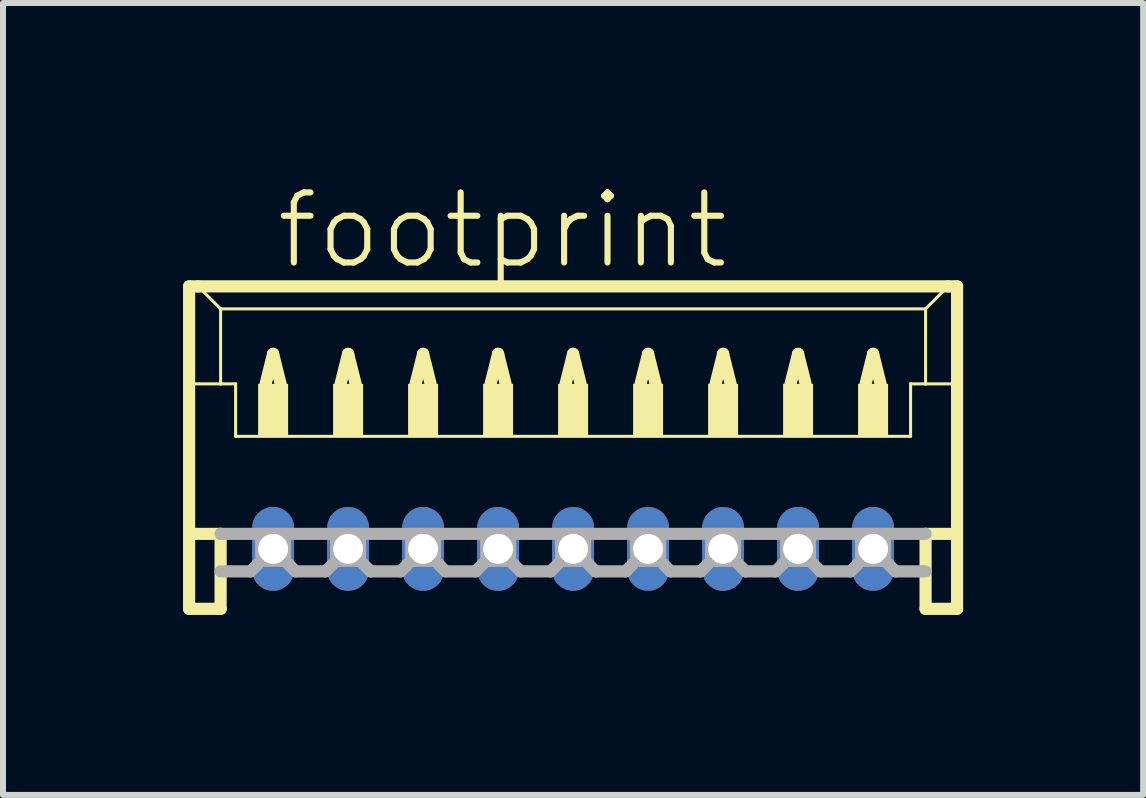
<source format=kicad_pcb>
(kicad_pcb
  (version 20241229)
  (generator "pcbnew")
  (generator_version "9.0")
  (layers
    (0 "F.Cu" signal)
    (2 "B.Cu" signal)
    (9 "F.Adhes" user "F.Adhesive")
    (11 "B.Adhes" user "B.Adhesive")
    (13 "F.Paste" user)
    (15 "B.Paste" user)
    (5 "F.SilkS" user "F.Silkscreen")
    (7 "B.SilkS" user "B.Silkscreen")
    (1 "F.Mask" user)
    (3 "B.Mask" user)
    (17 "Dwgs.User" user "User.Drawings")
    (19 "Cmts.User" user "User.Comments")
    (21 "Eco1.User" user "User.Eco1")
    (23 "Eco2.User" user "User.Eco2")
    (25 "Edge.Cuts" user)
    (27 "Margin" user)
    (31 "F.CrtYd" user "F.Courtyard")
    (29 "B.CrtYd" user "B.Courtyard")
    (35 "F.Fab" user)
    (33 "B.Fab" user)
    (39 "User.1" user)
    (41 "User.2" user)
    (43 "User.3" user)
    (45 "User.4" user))
  (footprint "footprint"
    (layer "F.Cu")
    (at 6.502 4.848)
    (property "Reference" "footprint" (at -5 -3.375 0) (layer "F.SilkS") (effects (font (size 1.168 1.168) (thickness 0.102)) (justify left bottom)))
    (fp_line (start -6.4 -3.125) (end -6.4 2.25) (stroke (width 0.203) (type solid)) (layer "F.SilkS"))
    (fp_line (start -6.4 2.25) (end -5.875 2.25) (stroke (width 0.203) (type solid)) (layer "F.SilkS"))
    (fp_line (start -6.375 -1.5) (end -5.875 -1.5) (stroke (width 0.051) (type solid)) (layer "F.SilkS"))
    (fp_line (start -6.375 1) (end -5.875 1) (stroke (width 0.203) (type solid)) (layer "F.SilkS"))
    (fp_line (start -6.25 -3.125) (end -6.4 -3.125) (stroke (width 0.203) (type solid)) (layer "F.SilkS"))
    (fp_line (start -5.875 -2.75) (end -6.25 -3.125) (stroke (width 0.051) (type solid)) (layer "F.SilkS"))
    (fp_line (start -5.875 -2.75) (end 5.875 -2.75) (stroke (width 0.051) (type solid)) (layer "F.SilkS"))
    (fp_line (start -5.875 -1.5) (end -5.875 -2.75) (stroke (width 0.051) (type solid)) (layer "F.SilkS"))
    (fp_line (start -5.875 -1.5) (end -5.625 -1.5) (stroke (width 0.051) (type solid)) (layer "F.SilkS"))
    (fp_line (start -5.875 1) (end -5.875 2.25) (stroke (width 0.203) (type solid)) (layer "F.SilkS"))
    (fp_line (start -5.625 -1.5) (end -5.625 -0.625) (stroke (width 0.051) (type solid)) (layer "F.SilkS"))
    (fp_line (start -5.625 -0.625) (end 5.625 -0.625) (stroke (width 0.051) (type solid)) (layer "F.SilkS"))
    (fp_line (start -5.125 -1.5) (end -5 -2) (stroke (width 0.203) (type solid)) (layer "F.SilkS"))
    (fp_line (start -5 -2) (end -4.875 -1.5) (stroke (width 0.203) (type solid)) (layer "F.SilkS"))
    (fp_line (start -3.875 -1.5) (end -3.75 -2) (stroke (width 0.203) (type solid)) (layer "F.SilkS"))
    (fp_line (start -3.75 -2) (end -3.625 -1.5) (stroke (width 0.203) (type solid)) (layer "F.SilkS"))
    (fp_line (start -2.625 -1.5) (end -2.5 -2) (stroke (width 0.203) (type solid)) (layer "F.SilkS"))
    (fp_line (start -2.5 -2) (end -2.375 -1.5) (stroke (width 0.203) (type solid)) (layer "F.SilkS"))
    (fp_line (start -1.375 -1.5) (end -1.25 -2) (stroke (width 0.203) (type solid)) (layer "F.SilkS"))
    (fp_line (start -1.25 -2) (end -1.125 -1.5) (stroke (width 0.203) (type solid)) (layer "F.SilkS"))
    (fp_line (start -0.125 -1.5) (end 0 -2) (stroke (width 0.203) (type solid)) (layer "F.SilkS"))
    (fp_line (start 0 -2) (end 0.125 -1.5) (stroke (width 0.203) (type solid)) (layer "F.SilkS"))
    (fp_line (start 1.125 -1.5) (end 1.25 -2) (stroke (width 0.203) (type solid)) (layer "F.SilkS"))
    (fp_line (start 1.25 -2) (end 1.375 -1.5) (stroke (width 0.203) (type solid)) (layer "F.SilkS"))
    (fp_line (start 2.375 -1.5) (end 2.5 -2) (stroke (width 0.203) (type solid)) (layer "F.SilkS"))
    (fp_line (start 2.5 -2) (end 2.625 -1.5) (stroke (width 0.203) (type solid)) (layer "F.SilkS"))
    (fp_line (start 3.625 -1.5) (end 3.75 -2) (stroke (width 0.203) (type solid)) (layer "F.SilkS"))
    (fp_line (start 3.75 -2) (end 3.875 -1.5) (stroke (width 0.203) (type solid)) (layer "F.SilkS"))
    (fp_line (start 4.875 -1.5) (end 5 -2) (stroke (width 0.203) (type solid)) (layer "F.SilkS"))
    (fp_line (start 5 -2) (end 5.125 -1.5) (stroke (width 0.203) (type solid)) (layer "F.SilkS"))
    (fp_line (start 5.625 -1.5) (end 5.625 -0.625) (stroke (width 0.051) (type solid)) (layer "F.SilkS"))
    (fp_line (start 5.625 -1.5) (end 5.875 -1.5) (stroke (width 0.051) (type solid)) (layer "F.SilkS"))
    (fp_line (start 5.875 -2.75) (end 5.875 -1.5) (stroke (width 0.051) (type solid)) (layer "F.SilkS"))
    (fp_line (start 5.875 -2.75) (end 6.25 -3.125) (stroke (width 0.051) (type solid)) (layer "F.SilkS"))
    (fp_line (start 5.875 -1.5) (end 6.375 -1.5) (stroke (width 0.051) (type solid)) (layer "F.SilkS"))
    (fp_line (start 5.875 1) (end 5.875 2.25) (stroke (width 0.203) (type solid)) (layer "F.SilkS"))
    (fp_line (start 5.875 1) (end 6.375 1) (stroke (width 0.203) (type solid)) (layer "F.SilkS"))
    (fp_line (start 5.875 2.25) (end 6.4 2.25) (stroke (width 0.203) (type solid)) (layer "F.SilkS"))
    (fp_line (start 6.25 -3.125) (end -6.25 -3.125) (stroke (width 0.203) (type solid)) (layer "F.SilkS"))
    (fp_line (start 6.4 -3.125) (end 6.25 -3.125) (stroke (width 0.203) (type solid)) (layer "F.SilkS"))
    (fp_line (start 6.4 2.25) (end 6.4 -3.125) (stroke (width 0.203) (type solid)) (layer "F.SilkS"))
    (fp_poly (pts (xy -5.25 -0.625) (xy -4.75 -0.625) (xy -4.75 -1.5) (xy -5.25 -1.5)) (stroke (width 0) (type solid)) (fill yes) (layer "F.SilkS"))
    (fp_poly (pts (xy -4 -0.625) (xy -3.5 -0.625) (xy -3.5 -1.5) (xy -4 -1.5)) (stroke (width 0) (type solid)) (fill yes) (layer "F.SilkS"))
    (fp_poly (pts (xy -2.75 -0.625) (xy -2.25 -0.625) (xy -2.25 -1.5) (xy -2.75 -1.5)) (stroke (width 0) (type solid)) (fill yes) (layer "F.SilkS"))
    (fp_poly (pts (xy -1.5 -0.625) (xy -1 -0.625) (xy -1 -1.5) (xy -1.5 -1.5)) (stroke (width 0) (type solid)) (fill yes) (layer "F.SilkS"))
    (fp_poly (pts (xy -0.25 -0.625) (xy 0.25 -0.625) (xy 0.25 -1.5) (xy -0.25 -1.5)) (stroke (width 0) (type solid)) (fill yes) (layer "F.SilkS"))
    (fp_poly (pts (xy 1 -0.625) (xy 1.5 -0.625) (xy 1.5 -1.5) (xy 1 -1.5)) (stroke (width 0) (type solid)) (fill yes) (layer "F.SilkS"))
    (fp_poly (pts (xy 2.25 -0.625) (xy 2.75 -0.625) (xy 2.75 -1.5) (xy 2.25 -1.5)) (stroke (width 0) (type solid)) (fill yes) (layer "F.SilkS"))
    (fp_poly (pts (xy 3.5 -0.625) (xy 4 -0.625) (xy 4 -1.5) (xy 3.5 -1.5)) (stroke (width 0) (type solid)) (fill yes) (layer "F.SilkS"))
    (fp_poly (pts (xy 4.75 -0.625) (xy 5.25 -0.625) (xy 5.25 -1.5) (xy 4.75 -1.5)) (stroke (width 0) (type solid)) (fill yes) (layer "F.SilkS"))
    (fp_line (start -5.875 1) (end 5.875 1) (stroke (width 0.203) (type solid)) (layer "F.Fab"))
    (fp_line (start -5.375 1.625) (end -5.875 1.625) (stroke (width 0.203) (type solid)) (layer "F.Fab"))
    (fp_line (start -5.25 1.5) (end -5.375 1.625) (stroke (width 0.203) (type solid)) (layer "F.Fab"))
    (fp_line (start -4.75 1.5) (end -4.625 1.625) (stroke (width 0.203) (type solid)) (layer "F.Fab"))
    (fp_line (start -4.125 1.625) (end -4.625 1.625) (stroke (width 0.203) (type solid)) (layer "F.Fab"))
    (fp_line (start -4 1.5) (end -4.125 1.625) (stroke (width 0.203) (type solid)) (layer "F.Fab"))
    (fp_line (start -3.5 1.5) (end -3.375 1.625) (stroke (width 0.203) (type solid)) (layer "F.Fab"))
    (fp_line (start -2.875 1.625) (end -3.375 1.625) (stroke (width 0.203) (type solid)) (layer "F.Fab"))
    (fp_line (start -2.75 1.5) (end -2.875 1.625) (stroke (width 0.203) (type solid)) (layer "F.Fab"))
    (fp_line (start -2.25 1.5) (end -2.125 1.625) (stroke (width 0.203) (type solid)) (layer "F.Fab"))
    (fp_line (start -1.625 1.625) (end -2.125 1.625) (stroke (width 0.203) (type solid)) (layer "F.Fab"))
    (fp_line (start -1.5 1.5) (end -1.625 1.625) (stroke (width 0.203) (type solid)) (layer "F.Fab"))
    (fp_line (start -1 1.5) (end -0.875 1.625) (stroke (width 0.203) (type solid)) (layer "F.Fab"))
    (fp_line (start -0.375 1.625) (end -0.875 1.625) (stroke (width 0.203) (type solid)) (layer "F.Fab"))
    (fp_line (start -0.25 1.5) (end -0.375 1.625) (stroke (width 0.203) (type solid)) (layer "F.Fab"))
    (fp_line (start 0.25 1.5) (end 0.375 1.625) (stroke (width 0.203) (type solid)) (layer "F.Fab"))
    (fp_line (start 0.875 1.625) (end 0.375 1.625) (stroke (width 0.203) (type solid)) (layer "F.Fab"))
    (fp_line (start 1 1.5) (end 0.875 1.625) (stroke (width 0.203) (type solid)) (layer "F.Fab"))
    (fp_line (start 1.5 1.5) (end 1.625 1.625) (stroke (width 0.203) (type solid)) (layer "F.Fab"))
    (fp_line (start 2.125 1.625) (end 1.625 1.625) (stroke (width 0.203) (type solid)) (layer "F.Fab"))
    (fp_line (start 2.25 1.5) (end 2.125 1.625) (stroke (width 0.203) (type solid)) (layer "F.Fab"))
    (fp_line (start 2.75 1.5) (end 2.875 1.625) (stroke (width 0.203) (type solid)) (layer "F.Fab"))
    (fp_line (start 3.375 1.625) (end 2.875 1.625) (stroke (width 0.203) (type solid)) (layer "F.Fab"))
    (fp_line (start 3.5 1.5) (end 3.375 1.625) (stroke (width 0.203) (type solid)) (layer "F.Fab"))
    (fp_line (start 4 1.5) (end 4.125 1.625) (stroke (width 0.203) (type solid)) (layer "F.Fab"))
    (fp_line (start 4.625 1.625) (end 4.125 1.625) (stroke (width 0.203) (type solid)) (layer "F.Fab"))
    (fp_line (start 4.75 1.5) (end 4.625 1.625) (stroke (width 0.203) (type solid)) (layer "F.Fab"))
    (fp_line (start 5.25 1.5) (end 5.375 1.625) (stroke (width 0.203) (type solid)) (layer "F.Fab"))
    (fp_line (start 5.875 1.625) (end 5.375 1.625) (stroke (width 0.203) (type solid)) (layer "F.Fab"))
    (fp_poly (pts (xy -5.25 1.5) (xy -4.75 1.5) (xy -4.75 1) (xy -5.25 1)) (stroke (width 0.1) (type solid)) (fill no) (layer "F.Fab"))
    (fp_poly (pts (xy -4 1.5) (xy -3.5 1.5) (xy -3.5 1) (xy -4 1)) (stroke (width 0.1) (type solid)) (fill no) (layer "F.Fab"))
    (fp_poly (pts (xy -2.75 1.5) (xy -2.25 1.5) (xy -2.25 1) (xy -2.75 1)) (stroke (width 0.1) (type solid)) (fill no) (layer "F.Fab"))
    (fp_poly (pts (xy -1.5 1.5) (xy -1 1.5) (xy -1 1) (xy -1.5 1)) (stroke (width 0.1) (type solid)) (fill no) (layer "F.Fab"))
    (fp_poly (pts (xy -0.25 1.5) (xy 0.25 1.5) (xy 0.25 1) (xy -0.25 1)) (stroke (width 0.1) (type solid)) (fill no) (layer "F.Fab"))
    (fp_poly (pts (xy 1 1.5) (xy 1.5 1.5) (xy 1.5 1) (xy 1 1)) (stroke (width 0.1) (type solid)) (fill no) (layer "F.Fab"))
    (fp_poly (pts (xy 2.25 1.5) (xy 2.75 1.5) (xy 2.75 1) (xy 2.25 1)) (stroke (width 0.1) (type solid)) (fill no) (layer "F.Fab"))
    (fp_poly (pts (xy 3.5 1.5) (xy 4 1.5) (xy 4 1) (xy 3.5 1)) (stroke (width 0.1) (type solid)) (fill no) (layer "F.Fab"))
    (fp_poly (pts (xy 4.75 1.5) (xy 5.25 1.5) (xy 5.25 1) (xy 4.75 1)) (stroke (width 0.1) (type solid)) (fill no) (layer "F.Fab"))
    (pad "1" thru_hole oval (at 5 1.25 90) (size 1.397 0.698) (drill 0.5) (layers "*.Cu" "*.Mask"))
    (pad "2" thru_hole oval (at 3.75 1.25 90) (size 1.397 0.698) (drill 0.5) (layers "*.Cu" "*.Mask"))
    (pad "3" thru_hole oval (at 2.5 1.25 90) (size 1.397 0.698) (drill 0.5) (layers "*.Cu" "*.Mask"))
    (pad "4" thru_hole oval (at 1.25 1.25 90) (size 1.397 0.698) (drill 0.5) (layers "*.Cu" "*.Mask"))
    (pad "5" thru_hole oval (at 0 1.25 90) (size 1.397 0.698) (drill 0.5) (layers "*.Cu" "*.Mask"))
    (pad "6" thru_hole oval (at -1.25 1.25 90) (size 1.397 0.698) (drill 0.5) (layers "*.Cu" "*.Mask"))
    (pad "7" thru_hole oval (at -2.5 1.25 90) (size 1.397 0.698) (drill 0.5) (layers "*.Cu" "*.Mask"))
    (pad "8" thru_hole oval (at -3.75 1.25 90) (size 1.397 0.698) (drill 0.5) (layers "*.Cu" "*.Mask"))
    (pad "9" thru_hole oval (at -5 1.25 90) (size 1.397 0.698) (drill 0.5) (layers "*.Cu" "*.Mask")))
  (gr_rect
    (start -3 -3)
    (end 16.003 10.2)
    (stroke (width 0.1) (type default))
    (fill no)
    (layer "Edge.Cuts")))
</source>
